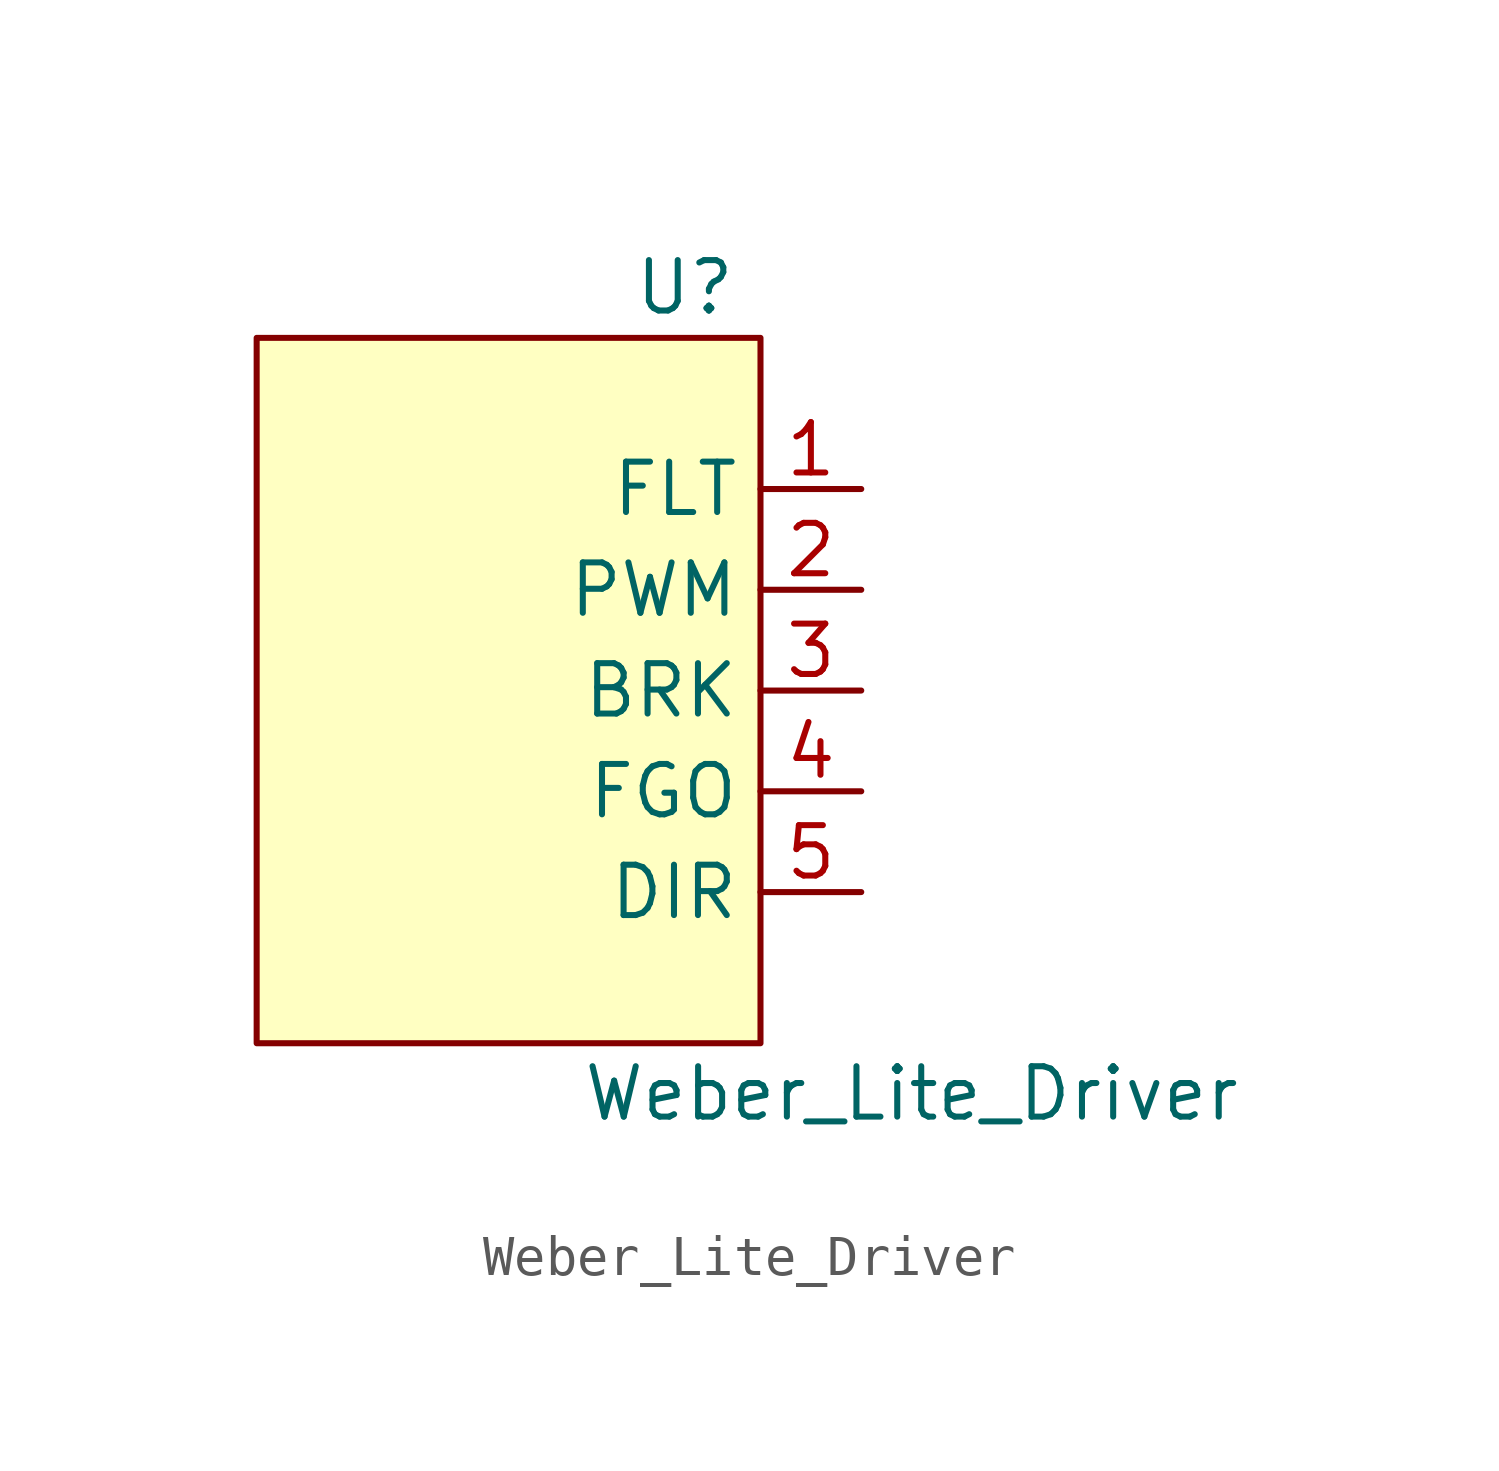
<source format=kicad_sym>
(kicad_symbol_lib
  (version 20211014)
  (generator kicad_symbol_editor)
  (symbol "Weber_Lite_Driver"
    (property "Reference" "U"
      (at 4.445 10.16 0)
      (effects (font (size 1.27 1.27))))
    (property "Value" "Weber_Lite_Driver"
      (at 10.16 -10.16 0)
      (effects (font (size 1.27 1.27))))
    (symbol "Weber_Lite_Driver_0_1"
      (rectangle (start -6.35 8.89) (end 6.35 -8.89) (stroke (width 0) (type default) (color 0 0 0 0)) (fill (type background))))
    (symbol "Weber_Lite_Driver_1_1"
      (pin input line (at 8.89 5.08 180) (length 2.54) (name "FLT" (effects (font (size 1.27 1.27)))) (number "1" (effects (font (size 1.27 1.27)))))
      (pin input line (at 8.89 2.54 180) (length 2.54) (name "PWM" (effects (font (size 1.27 1.27)))) (number "2" (effects (font (size 1.27 1.27)))))
      (pin input line (at 8.89 0 180) (length 2.54) (name "BRK" (effects (font (size 1.27 1.27)))) (number "3" (effects (font (size 1.27 1.27)))))
      (pin input line (at 8.89 -2.54 180) (length 2.54) (name "FGO" (effects (font (size 1.27 1.27)))) (number "4" (effects (font (size 1.27 1.27)))))
      (pin input line (at 8.89 -5.08 180) (length 2.54) (name "DIR" (effects (font (size 1.27 1.27)))) (number "5" (effects (font (size 1.27 1.27))))))))
</source>
